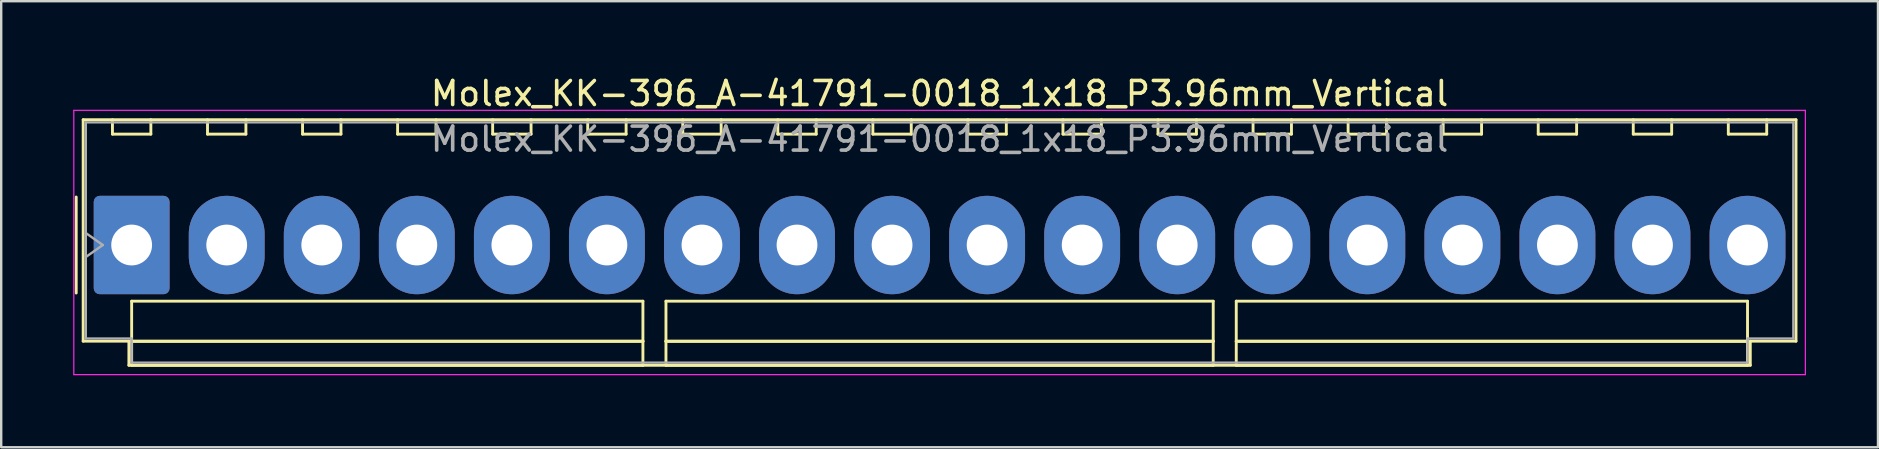
<source format=kicad_pcb>
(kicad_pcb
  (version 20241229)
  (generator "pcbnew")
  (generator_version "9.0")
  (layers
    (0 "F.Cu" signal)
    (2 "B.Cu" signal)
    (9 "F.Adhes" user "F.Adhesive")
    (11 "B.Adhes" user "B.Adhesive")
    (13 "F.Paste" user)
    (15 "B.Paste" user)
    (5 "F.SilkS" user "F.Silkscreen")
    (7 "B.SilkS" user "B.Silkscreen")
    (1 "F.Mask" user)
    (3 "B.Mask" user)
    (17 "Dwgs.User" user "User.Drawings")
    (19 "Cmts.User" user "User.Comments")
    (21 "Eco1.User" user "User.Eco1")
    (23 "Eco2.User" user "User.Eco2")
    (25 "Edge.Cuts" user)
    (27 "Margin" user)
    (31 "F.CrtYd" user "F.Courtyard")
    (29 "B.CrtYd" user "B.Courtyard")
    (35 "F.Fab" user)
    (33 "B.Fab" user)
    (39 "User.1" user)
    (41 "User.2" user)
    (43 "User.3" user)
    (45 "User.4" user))
  (footprint "Molex_KK-396_A-41791-0018_1x18_P3.96mm_Vertical"
    (layer "F.Cu")
    (at 2.435 7.158)
    (property "Reference" "Molex_KK-396_A-41791-0018_1x18_P3.96mm_Vertical" (at 33.66 -6.31 0) (layer "F.SilkS") (effects (font (size 1 1) (thickness 0.15))))
    (attr through_hole)
    (fp_line (start -2.31 -2) (end -2.31 2) (stroke (width 0.12) (type solid)) (layer "F.SilkS"))
    (fp_line (start -2.02 -5.22) (end 69.34 -5.22) (stroke (width 0.12) (type solid)) (layer "F.SilkS"))
    (fp_line (start -2.02 4.005) (end -2.02 -5.22) (stroke (width 0.12) (type solid)) (layer "F.SilkS"))
    (fp_line (start -0.8 -5.22) (end -0.8 -4.62) (stroke (width 0.12) (type solid)) (layer "F.SilkS"))
    (fp_line (start -0.8 -4.62) (end 0.8 -4.62) (stroke (width 0.12) (type solid)) (layer "F.SilkS"))
    (fp_line (start -0.115 4.005) (end -2.02 4.005) (stroke (width 0.12) (type solid)) (layer "F.SilkS"))
    (fp_line (start -0.115 5.01) (end -0.115 4.005) (stroke (width 0.12) (type solid)) (layer "F.SilkS"))
    (fp_line (start 0 2.34) (end 21.3 2.34) (stroke (width 0.12) (type solid)) (layer "F.SilkS"))
    (fp_line (start 0 4.01) (end 0 2.34) (stroke (width 0.12) (type solid)) (layer "F.SilkS"))
    (fp_line (start 0 4.01) (end 21.3 4.01) (stroke (width 0.12) (type solid)) (layer "F.SilkS"))
    (fp_line (start 0 5.01) (end 0 4.01) (stroke (width 0.12) (type solid)) (layer "F.SilkS"))
    (fp_line (start 0.8 -4.62) (end 0.8 -5.22) (stroke (width 0.12) (type solid)) (layer "F.SilkS"))
    (fp_line (start 3.16 -5.22) (end 3.16 -4.62) (stroke (width 0.12) (type solid)) (layer "F.SilkS"))
    (fp_line (start 3.16 -4.62) (end 4.76 -4.62) (stroke (width 0.12) (type solid)) (layer "F.SilkS"))
    (fp_line (start 4.76 -4.62) (end 4.76 -5.22) (stroke (width 0.12) (type solid)) (layer "F.SilkS"))
    (fp_line (start 7.12 -5.22) (end 7.12 -4.62) (stroke (width 0.12) (type solid)) (layer "F.SilkS"))
    (fp_line (start 7.12 -4.62) (end 8.72 -4.62) (stroke (width 0.12) (type solid)) (layer "F.SilkS"))
    (fp_line (start 8.72 -4.62) (end 8.72 -5.22) (stroke (width 0.12) (type solid)) (layer "F.SilkS"))
    (fp_line (start 11.08 -5.22) (end 11.08 -4.62) (stroke (width 0.12) (type solid)) (layer "F.SilkS"))
    (fp_line (start 11.08 -4.62) (end 12.68 -4.62) (stroke (width 0.12) (type solid)) (layer "F.SilkS"))
    (fp_line (start 12.68 -4.62) (end 12.68 -5.22) (stroke (width 0.12) (type solid)) (layer "F.SilkS"))
    (fp_line (start 15.04 -5.22) (end 15.04 -4.62) (stroke (width 0.12) (type solid)) (layer "F.SilkS"))
    (fp_line (start 15.04 -4.62) (end 16.64 -4.62) (stroke (width 0.12) (type solid)) (layer "F.SilkS"))
    (fp_line (start 16.64 -4.62) (end 16.64 -5.22) (stroke (width 0.12) (type solid)) (layer "F.SilkS"))
    (fp_line (start 19 -5.22) (end 19 -4.62) (stroke (width 0.12) (type solid)) (layer "F.SilkS"))
    (fp_line (start 19 -4.62) (end 20.6 -4.62) (stroke (width 0.12) (type solid)) (layer "F.SilkS"))
    (fp_line (start 20.6 -4.62) (end 20.6 -5.22) (stroke (width 0.12) (type solid)) (layer "F.SilkS"))
    (fp_line (start 21.3 2.34) (end 21.3 4.01) (stroke (width 0.12) (type solid)) (layer "F.SilkS"))
    (fp_line (start 21.3 4.01) (end 0 4.01) (stroke (width 0.12) (type solid)) (layer "F.SilkS"))
    (fp_line (start 21.3 4.01) (end 21.3 5.01) (stroke (width 0.12) (type solid)) (layer "F.SilkS"))
    (fp_line (start 21.3 5.01) (end 0 5.01) (stroke (width 0.12) (type solid)) (layer "F.SilkS"))
    (fp_line (start 22.26 2.34) (end 45.06 2.34) (stroke (width 0.12) (type solid)) (layer "F.SilkS"))
    (fp_line (start 22.26 4.01) (end 22.26 2.34) (stroke (width 0.12) (type solid)) (layer "F.SilkS"))
    (fp_line (start 22.26 4.01) (end 45.06 4.01) (stroke (width 0.12) (type solid)) (layer "F.SilkS"))
    (fp_line (start 22.26 5.01) (end 22.26 4.01) (stroke (width 0.12) (type solid)) (layer "F.SilkS"))
    (fp_line (start 22.96 -5.22) (end 22.96 -4.62) (stroke (width 0.12) (type solid)) (layer "F.SilkS"))
    (fp_line (start 22.96 -4.62) (end 24.56 -4.62) (stroke (width 0.12) (type solid)) (layer "F.SilkS"))
    (fp_line (start 24.56 -4.62) (end 24.56 -5.22) (stroke (width 0.12) (type solid)) (layer "F.SilkS"))
    (fp_line (start 26.92 -5.22) (end 26.92 -4.62) (stroke (width 0.12) (type solid)) (layer "F.SilkS"))
    (fp_line (start 26.92 -4.62) (end 28.52 -4.62) (stroke (width 0.12) (type solid)) (layer "F.SilkS"))
    (fp_line (start 28.52 -4.62) (end 28.52 -5.22) (stroke (width 0.12) (type solid)) (layer "F.SilkS"))
    (fp_line (start 30.88 -5.22) (end 30.88 -4.62) (stroke (width 0.12) (type solid)) (layer "F.SilkS"))
    (fp_line (start 30.88 -4.62) (end 32.48 -4.62) (stroke (width 0.12) (type solid)) (layer "F.SilkS"))
    (fp_line (start 32.48 -4.62) (end 32.48 -5.22) (stroke (width 0.12) (type solid)) (layer "F.SilkS"))
    (fp_line (start 34.84 -5.22) (end 34.84 -4.62) (stroke (width 0.12) (type solid)) (layer "F.SilkS"))
    (fp_line (start 34.84 -4.62) (end 36.44 -4.62) (stroke (width 0.12) (type solid)) (layer "F.SilkS"))
    (fp_line (start 36.44 -4.62) (end 36.44 -5.22) (stroke (width 0.12) (type solid)) (layer "F.SilkS"))
    (fp_line (start 38.8 -5.22) (end 38.8 -4.62) (stroke (width 0.12) (type solid)) (layer "F.SilkS"))
    (fp_line (start 38.8 -4.62) (end 40.4 -4.62) (stroke (width 0.12) (type solid)) (layer "F.SilkS"))
    (fp_line (start 40.4 -4.62) (end 40.4 -5.22) (stroke (width 0.12) (type solid)) (layer "F.SilkS"))
    (fp_line (start 42.76 -5.22) (end 42.76 -4.62) (stroke (width 0.12) (type solid)) (layer "F.SilkS"))
    (fp_line (start 42.76 -4.62) (end 44.36 -4.62) (stroke (width 0.12) (type solid)) (layer "F.SilkS"))
    (fp_line (start 44.36 -4.62) (end 44.36 -5.22) (stroke (width 0.12) (type solid)) (layer "F.SilkS"))
    (fp_line (start 45.06 2.34) (end 45.06 4.01) (stroke (width 0.12) (type solid)) (layer "F.SilkS"))
    (fp_line (start 45.06 4.01) (end 22.26 4.01) (stroke (width 0.12) (type solid)) (layer "F.SilkS"))
    (fp_line (start 45.06 4.01) (end 45.06 5.01) (stroke (width 0.12) (type solid)) (layer "F.SilkS"))
    (fp_line (start 45.06 5.01) (end 22.26 5.01) (stroke (width 0.12) (type solid)) (layer "F.SilkS"))
    (fp_line (start 46.02 2.34) (end 67.32 2.34) (stroke (width 0.12) (type solid)) (layer "F.SilkS"))
    (fp_line (start 46.02 4.01) (end 46.02 2.34) (stroke (width 0.12) (type solid)) (layer "F.SilkS"))
    (fp_line (start 46.02 4.01) (end 67.32 4.01) (stroke (width 0.12) (type solid)) (layer "F.SilkS"))
    (fp_line (start 46.02 5.01) (end 46.02 4.01) (stroke (width 0.12) (type solid)) (layer "F.SilkS"))
    (fp_line (start 46.72 -5.22) (end 46.72 -4.62) (stroke (width 0.12) (type solid)) (layer "F.SilkS"))
    (fp_line (start 46.72 -4.62) (end 48.32 -4.62) (stroke (width 0.12) (type solid)) (layer "F.SilkS"))
    (fp_line (start 48.32 -4.62) (end 48.32 -5.22) (stroke (width 0.12) (type solid)) (layer "F.SilkS"))
    (fp_line (start 50.68 -5.22) (end 50.68 -4.62) (stroke (width 0.12) (type solid)) (layer "F.SilkS"))
    (fp_line (start 50.68 -4.62) (end 52.28 -4.62) (stroke (width 0.12) (type solid)) (layer "F.SilkS"))
    (fp_line (start 52.28 -4.62) (end 52.28 -5.22) (stroke (width 0.12) (type solid)) (layer "F.SilkS"))
    (fp_line (start 54.64 -5.22) (end 54.64 -4.62) (stroke (width 0.12) (type solid)) (layer "F.SilkS"))
    (fp_line (start 54.64 -4.62) (end 56.24 -4.62) (stroke (width 0.12) (type solid)) (layer "F.SilkS"))
    (fp_line (start 56.24 -4.62) (end 56.24 -5.22) (stroke (width 0.12) (type solid)) (layer "F.SilkS"))
    (fp_line (start 58.6 -5.22) (end 58.6 -4.62) (stroke (width 0.12) (type solid)) (layer "F.SilkS"))
    (fp_line (start 58.6 -4.62) (end 60.2 -4.62) (stroke (width 0.12) (type solid)) (layer "F.SilkS"))
    (fp_line (start 60.2 -4.62) (end 60.2 -5.22) (stroke (width 0.12) (type solid)) (layer "F.SilkS"))
    (fp_line (start 62.56 -5.22) (end 62.56 -4.62) (stroke (width 0.12) (type solid)) (layer "F.SilkS"))
    (fp_line (start 62.56 -4.62) (end 64.16 -4.62) (stroke (width 0.12) (type solid)) (layer "F.SilkS"))
    (fp_line (start 64.16 -4.62) (end 64.16 -5.22) (stroke (width 0.12) (type solid)) (layer "F.SilkS"))
    (fp_line (start 66.52 -5.22) (end 66.52 -4.62) (stroke (width 0.12) (type solid)) (layer "F.SilkS"))
    (fp_line (start 66.52 -4.62) (end 68.12 -4.62) (stroke (width 0.12) (type solid)) (layer "F.SilkS"))
    (fp_line (start 67.32 2.34) (end 67.32 4.01) (stroke (width 0.12) (type solid)) (layer "F.SilkS"))
    (fp_line (start 67.32 4.01) (end 46.02 4.01) (stroke (width 0.12) (type solid)) (layer "F.SilkS"))
    (fp_line (start 67.32 4.01) (end 67.32 5.01) (stroke (width 0.12) (type solid)) (layer "F.SilkS"))
    (fp_line (start 67.32 5.01) (end 46.02 5.01) (stroke (width 0.12) (type solid)) (layer "F.SilkS"))
    (fp_line (start 67.435 4.005) (end 67.435 5.01) (stroke (width 0.12) (type solid)) (layer "F.SilkS"))
    (fp_line (start 67.435 5.01) (end -0.115 5.01) (stroke (width 0.12) (type solid)) (layer "F.SilkS"))
    (fp_line (start 68.12 -4.62) (end 68.12 -5.22) (stroke (width 0.12) (type solid)) (layer "F.SilkS"))
    (fp_line (start 69.34 -5.22) (end 69.34 4.005) (stroke (width 0.12) (type solid)) (layer "F.SilkS"))
    (fp_line (start 69.34 4.005) (end 67.435 4.005) (stroke (width 0.12) (type solid)) (layer "F.SilkS"))
    (fp_line (start -2.41 -5.61) (end -2.41 5.4) (stroke (width 0.05) (type solid)) (layer "F.CrtYd"))
    (fp_line (start -2.41 5.4) (end 69.73 5.4) (stroke (width 0.05) (type solid)) (layer "F.CrtYd"))
    (fp_line (start 69.73 -5.61) (end -2.41 -5.61) (stroke (width 0.05) (type solid)) (layer "F.CrtYd"))
    (fp_line (start 69.73 5.4) (end 69.73 -5.61) (stroke (width 0.05) (type solid)) (layer "F.CrtYd"))
    (fp_line (start -1.91 -5.11) (end 69.23 -5.11) (stroke (width 0.1) (type solid)) (layer "F.Fab"))
    (fp_line (start -1.91 -0.5) (end -1.203 0) (stroke (width 0.1) (type solid)) (layer "F.Fab"))
    (fp_line (start -1.91 3.895) (end -1.91 -5.11) (stroke (width 0.1) (type solid)) (layer "F.Fab"))
    (fp_line (start -1.203 0) (end -1.91 0.5) (stroke (width 0.1) (type solid)) (layer "F.Fab"))
    (fp_line (start -0.005 3.895) (end -1.91 3.895) (stroke (width 0.1) (type solid)) (layer "F.Fab"))
    (fp_line (start -0.005 4.9) (end -0.005 3.895) (stroke (width 0.1) (type solid)) (layer "F.Fab"))
    (fp_line (start 67.325 3.895) (end 67.325 4.9) (stroke (width 0.1) (type solid)) (layer "F.Fab"))
    (fp_line (start 67.325 4.9) (end -0.005 4.9) (stroke (width 0.1) (type solid)) (layer "F.Fab"))
    (fp_line (start 69.23 -5.11) (end 69.23 3.895) (stroke (width 0.1) (type solid)) (layer "F.Fab"))
    (fp_line (start 69.23 3.895) (end 67.325 3.895) (stroke (width 0.1) (type solid)) (layer "F.Fab"))
    (fp_text user "${REFERENCE}" (at 33.66 -4.41 0) (layer "F.Fab") (effects (font (size 1 1) (thickness 0.15))))
    (pad "1" thru_hole roundrect (at 0 0) (size 3.16 4.1) (drill 1.7) (layers "*.Cu" "*.Mask") (roundrect_rratio 0.079))
    (pad "2" thru_hole oval (at 3.96 0) (size 3.16 4.1) (drill 1.7) (layers "*.Cu" "*.Mask"))
    (pad "3" thru_hole oval (at 7.92 0) (size 3.16 4.1) (drill 1.7) (layers "*.Cu" "*.Mask"))
    (pad "4" thru_hole oval (at 11.88 0) (size 3.16 4.1) (drill 1.7) (layers "*.Cu" "*.Mask"))
    (pad "5" thru_hole oval (at 15.84 0) (size 3.16 4.1) (drill 1.7) (layers "*.Cu" "*.Mask"))
    (pad "6" thru_hole oval (at 19.8 0) (size 3.16 4.1) (drill 1.7) (layers "*.Cu" "*.Mask"))
    (pad "7" thru_hole oval (at 23.76 0) (size 3.16 4.1) (drill 1.7) (layers "*.Cu" "*.Mask"))
    (pad "8" thru_hole oval (at 27.72 0) (size 3.16 4.1) (drill 1.7) (layers "*.Cu" "*.Mask"))
    (pad "9" thru_hole oval (at 31.68 0) (size 3.16 4.1) (drill 1.7) (layers "*.Cu" "*.Mask"))
    (pad "10" thru_hole oval (at 35.64 0) (size 3.16 4.1) (drill 1.7) (layers "*.Cu" "*.Mask"))
    (pad "11" thru_hole oval (at 39.6 0) (size 3.16 4.1) (drill 1.7) (layers "*.Cu" "*.Mask"))
    (pad "12" thru_hole oval (at 43.56 0) (size 3.16 4.1) (drill 1.7) (layers "*.Cu" "*.Mask"))
    (pad "13" thru_hole oval (at 47.52 0) (size 3.16 4.1) (drill 1.7) (layers "*.Cu" "*.Mask"))
    (pad "14" thru_hole oval (at 51.48 0) (size 3.16 4.1) (drill 1.7) (layers "*.Cu" "*.Mask"))
    (pad "15" thru_hole oval (at 55.44 0) (size 3.16 4.1) (drill 1.7) (layers "*.Cu" "*.Mask"))
    (pad "16" thru_hole oval (at 59.4 0) (size 3.16 4.1) (drill 1.7) (layers "*.Cu" "*.Mask"))
    (pad "17" thru_hole oval (at 63.36 0) (size 3.16 4.1) (drill 1.7) (layers "*.Cu" "*.Mask"))
    (pad "18" thru_hole oval (at 67.32 0) (size 3.16 4.1) (drill 1.7) (layers "*.Cu" "*.Mask")))
  (gr_rect
    (start -3 -3)
    (end 75.19 15.583)
    (stroke (width 0.1) (type default))
    (fill no)
    (layer "Edge.Cuts")))
</source>
